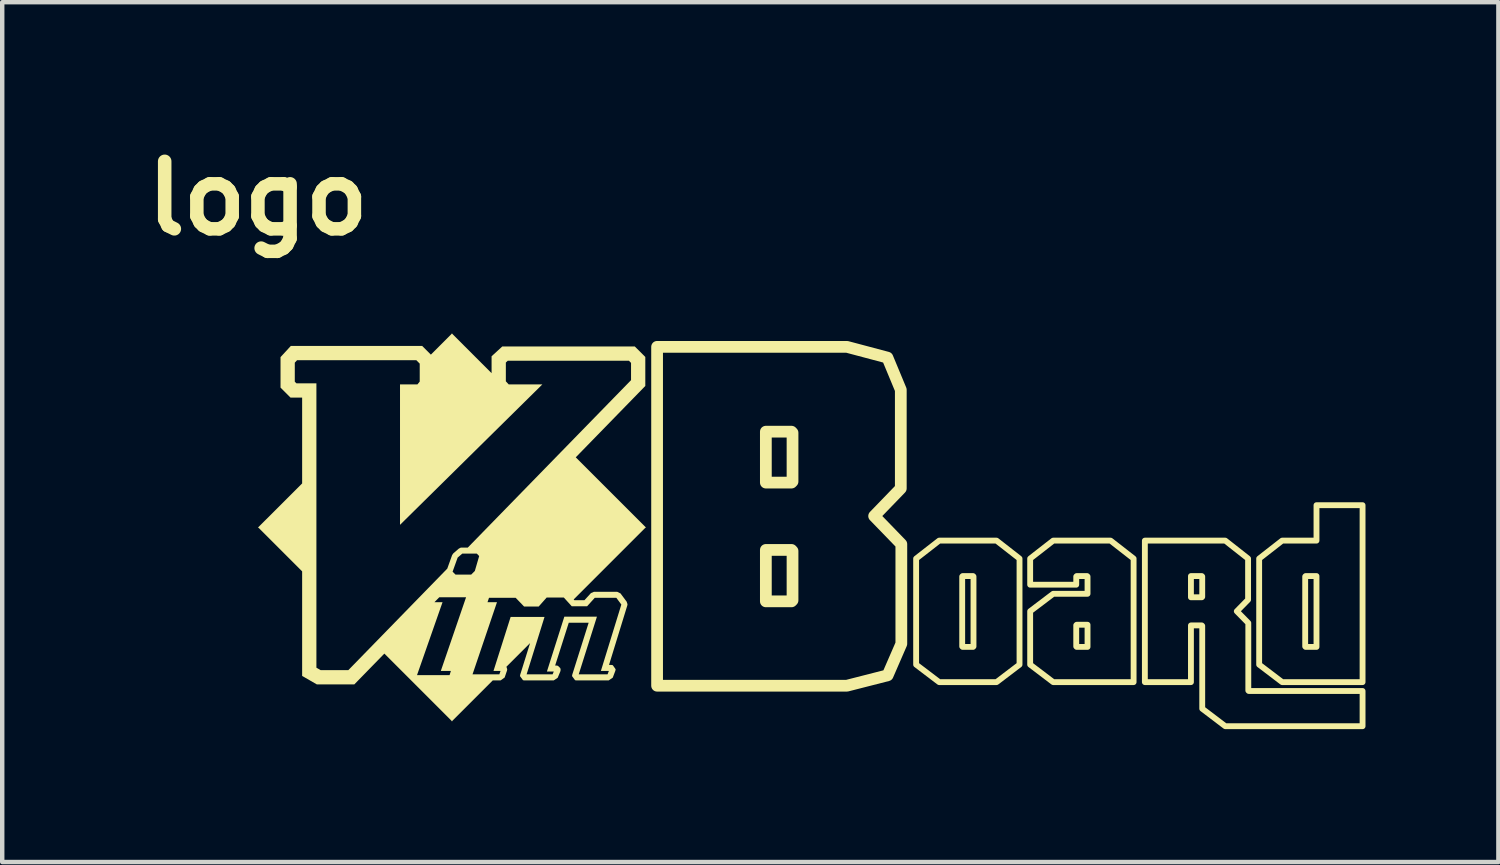
<source format=kicad_pcb>
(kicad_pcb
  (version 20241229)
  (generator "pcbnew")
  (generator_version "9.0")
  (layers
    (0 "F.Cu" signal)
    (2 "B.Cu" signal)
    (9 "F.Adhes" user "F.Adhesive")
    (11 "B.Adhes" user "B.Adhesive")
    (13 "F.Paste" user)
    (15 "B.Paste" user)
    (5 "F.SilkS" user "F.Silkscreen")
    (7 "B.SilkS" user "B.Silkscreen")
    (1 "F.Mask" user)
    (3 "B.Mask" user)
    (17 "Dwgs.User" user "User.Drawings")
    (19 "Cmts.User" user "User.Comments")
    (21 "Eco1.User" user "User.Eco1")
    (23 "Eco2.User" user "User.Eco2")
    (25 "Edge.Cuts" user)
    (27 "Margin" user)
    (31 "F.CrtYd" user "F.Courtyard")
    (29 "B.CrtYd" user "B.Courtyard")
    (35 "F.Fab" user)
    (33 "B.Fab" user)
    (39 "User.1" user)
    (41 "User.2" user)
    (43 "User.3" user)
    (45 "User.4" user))
  (footprint "logo"
    (layer "F.Cu")
    (at 2.772 4.474)
    (property "Reference" "logo" (at 0 -3.048 0) (layer "F.SilkS") (effects (font (size 1.524 1.524) (thickness 0.305))))
    (attr exclude_from_pos_files exclude_from_bom)
    (fp_poly (pts (xy 12.067 3.346) (xy 12.044 3.369) (xy 11.465 3.369) (xy 11.465 2.22) (xy 12.044 2.22) (xy 12.067 2.244) (xy 12.067 3.346)) (stroke (width 0.265) (type solid)) (fill no) (layer "F.SilkS"))
    (fp_poly (pts (xy 12.067 6.027) (xy 12.044 6.05) (xy 11.465 6.05) (xy 11.465 4.889) (xy 12.044 4.889) (xy 12.067 4.913) (xy 12.067 6.027)) (stroke (width 0.265) (type solid)) (fill no) (layer "F.SilkS"))
    (fp_poly (pts (xy 18.726 7.078) (xy 18.481 7.078) (xy 18.471 7.068) (xy 18.471 6.588) (xy 18.481 6.578) (xy 18.726 6.578) (xy 18.726 7.078)) (stroke (width 0.132) (type solid)) (fill no) (layer "F.SilkS"))
    (fp_poly (pts (xy 21.315 5.948) (xy 21.305 5.958) (xy 21.06 5.958) (xy 21.06 5.479) (xy 21.305 5.479) (xy 21.315 5.489) (xy 21.315 5.948)) (stroke (width 0.132) (type solid)) (fill no) (layer "F.SilkS"))
    (fp_poly (pts (xy 23.894 7.078) (xy 23.649 7.078) (xy 23.639 7.068) (xy 23.639 5.489) (xy 23.649 5.479) (xy 23.894 5.479) (xy 23.894 7.078)) (stroke (width 0.132) (type solid)) (fill no) (layer "F.SilkS"))
    (fp_poly (pts (xy 16.152 7.068) (xy 16.142 7.078) (xy 15.907 7.078) (xy 15.897 7.068) (xy 15.897 5.489) (xy 15.907 5.479) (xy 16.142 5.479) (xy 16.152 5.489) (xy 16.152 7.068)) (stroke (width 0.132) (type solid)) (fill no) (layer "F.SilkS"))
    (fp_poly (pts (xy 16.672 7.873) (xy 17.191 7.478) (xy 17.191 5.084) (xy 16.672 4.679) (xy 15.377 4.679) (xy 14.857 5.084) (xy 14.857 7.478) (xy 15.377 7.873) (xy 16.672 7.873)) (stroke (width 0.132) (type solid)) (fill no) (layer "F.SilkS"))
    (fp_poly (pts (xy 24.934 7.873) (xy 24.934 3.879) (xy 23.894 3.879) (xy 23.894 4.679) (xy 23.119 4.679) (xy 22.6 5.084) (xy 22.6 7.478) (xy 23.119 7.873) (xy 24.934 7.873)) (stroke (width 0.132) (type solid)) (fill no) (layer "F.SilkS"))
    (fp_poly (pts (xy 13.295 7.954) (xy 14.214 7.719) (xy 14.523 7.008) (xy 14.523 4.758) (xy 13.909 4.124) (xy 14.511 3.501) (xy 14.511 1.275) (xy 14.209 0.548) (xy 13.295 0.305) (xy 9.01 0.305) (xy 9.01 7.954) (xy 13.295 7.954)) (stroke (width 0.265) (type solid)) (fill no) (layer "F.SilkS"))
    (fp_poly (pts (xy 19.766 7.873) (xy 19.766 5.084) (xy 19.246 4.679) (xy 17.951 4.679) (xy 17.431 5.084) (xy 17.431 5.674) (xy 18.471 5.674) (xy 18.471 5.489) (xy 18.481 5.479) (xy 18.716 5.479) (xy 18.726 5.489) (xy 18.726 5.879) (xy 17.951 5.879) (xy 17.431 6.273) (xy 17.431 7.478) (xy 17.951 7.873) (xy 19.766 7.873)) (stroke (width 0.132) (type solid)) (fill no) (layer "F.SilkS"))
    (fp_poly (pts (xy 24.934 8.868) (xy 24.934 8.073) (xy 22.365 8.073) (xy 22.355 8.063) (xy 22.355 6.538) (xy 22.095 6.273) (xy 22.35 6.013) (xy 22.35 5.084) (xy 21.835 4.679) (xy 20.02 4.679) (xy 20.02 7.873) (xy 21.06 7.873) (xy 21.06 6.593) (xy 21.305 6.593) (xy 21.315 6.603) (xy 21.315 8.473) (xy 21.835 8.868) (xy 24.934 8.868)) (stroke (width 0.132) (type solid)) (fill no) (layer "F.SilkS"))
    (fp_poly (pts (xy 8.76 4.374) (xy 8.75 4.374) (xy 7.174 2.799) (xy 8.744 1.188) (xy 8.744 0.533) (xy 8.507 0.297) (xy 5.515 0.297) (xy 5.274 0.518) (xy 5.274 0.899) (xy 4.385 0.01) (xy 4.385 0.000003) (xy 4.38 0.005) (xy 4.374 0.000003) (xy 4.374 0.01) (xy 3.904 0.481) (xy 3.707 0.284) (xy 0.743 0.284) (xy 0.51 0.537) (xy 0.51 1.225) (xy 0.735 1.45) (xy 0.998 1.45) (xy 0.998 3.388) (xy 0.01 4.375) (xy 0 4.375) (xy 0.005 4.38) (xy 0 4.385) (xy 0.01 4.385) (xy 0.998 5.373) (xy 0.998 7.733) (xy 1.329 7.924) (xy 2.041 7.924) (xy 2.041 7.602) (xy 1.415 7.602) (xy 1.32 7.547) (xy 1.32 1.128) (xy 0.869 1.128) (xy 0.832 1.092) (xy 0.832 0.662) (xy 0.884 0.606) (xy 3.575 0.606) (xy 3.652 0.684) (xy 3.652 1.089) (xy 3.601 1.152) (xy 3.207 1.152) (xy 3.207 4.323) (xy 6.421 1.152) (xy 5.66 1.152) (xy 5.596 1.083) (xy 5.596 0.659) (xy 5.64 0.618) (xy 8.374 0.618) (xy 8.422 0.667) (xy 8.422 1.057) (xy 4.737 4.836) (xy 4.601 4.836) (xy 4.596 4.836) (xy 4.586 4.836) (xy 4.586 4.836) (xy 4.579 4.837) (xy 4.535 4.859) (xy 4.41 4.967) (xy 4.409 4.968) (xy 4.382 5.008) (xy 4.382 5.009) (xy 4.274 5.311) (xy 2.041 7.602) (xy 2.041 7.924) (xy 2.176 7.924) (xy 2.854 7.229) (xy 3.591 7.966) (xy 3.591 7.715) (xy 4.167 6.069) (xy 3.984 6.069) (xy 4.093 5.958) (xy 4.698 5.958) (xy 4.128 7.621) (xy 4.355 7.621) (xy 4.326 7.715) (xy 3.591 7.715) (xy 3.591 7.966) (xy 4.374 8.75) (xy 4.374 8.76) (xy 4.38 8.755) (xy 4.385 8.76) (xy 4.385 8.75) (xy 4.814 8.321) (xy 4.814 5.446) (xy 4.46 5.446) (xy 4.394 5.38) (xy 4.508 5.062) (xy 4.613 4.972) (xy 4.94 4.972) (xy 4.994 5.027) (xy 4.896 5.364) (xy 4.814 5.446) (xy 4.814 8.321) (xy 5.301 7.834) (xy 5.478 7.834) (xy 5.569 7.769) (xy 5.569 7.769) (xy 5.622 7.613) (xy 5.627 7.583) (xy 5.609 7.526) (xy 5.609 7.526) (xy 6.143 6.992) (xy 5.919 7.709) (xy 5.915 7.737) (xy 5.983 7.83) (xy 5.983 7.83) (xy 6.012 7.834) (xy 6.651 7.834) (xy 6.651 7.697) (xy 6.065 7.697) (xy 6.469 6.402) (xy 5.704 6.402) (xy 5.317 7.621) (xy 5.476 7.621) (xy 5.45 7.697) (xy 4.844 7.697) (xy 5.396 6.069) (xy 5.182 6.069) (xy 5.216 5.97) (xy 5.818 5.97) (xy 6.007 6.166) (xy 6.338 6.166) (xy 6.517 5.964) (xy 6.905 5.964) (xy 7.083 6.16) (xy 7.431 6.16) (xy 7.603 5.97) (xy 8.09 5.97) (xy 8.203 6.122) (xy 7.741 7.621) (xy 7.921 7.621) (xy 7.892 7.697) (xy 7.241 7.697) (xy 7.652 6.396) (xy 6.916 6.396) (xy 6.523 7.634) (xy 6.678 7.634) (xy 6.651 7.697) (xy 6.651 7.834) (xy 6.677 7.834) (xy 6.766 7.775) (xy 6.766 7.775) (xy 6.826 7.631) (xy 6.833 7.596) (xy 6.825 7.556) (xy 6.825 7.557) (xy 6.772 7.505) (xy 6.772 7.505) (xy 6.736 7.498) (xy 6.709 7.498) (xy 7.016 6.533) (xy 7.465 6.533) (xy 7.094 7.708) (xy 7.09 7.737) (xy 7.158 7.829) (xy 7.158 7.83) (xy 7.187 7.834) (xy 7.187 7.834) (xy 7.918 7.834) (xy 7.918 7.834) (xy 8.008 7.773) (xy 8.009 7.772) (xy 8.068 7.616) (xy 8.074 7.582) (xy 8.011 7.492) (xy 8.011 7.491) (xy 7.978 7.485) (xy 7.925 7.485) (xy 8.337 6.145) (xy 8.342 6.115) (xy 8.323 6.057) (xy 8.323 6.057) (xy 8.186 5.873) (xy 8.185 5.871) (xy 8.109 5.834) (xy 7.585 5.834) (xy 7.516 5.864) (xy 7.37 6.024) (xy 7.142 6.024) (xy 7.127 6.007) (xy 8.749 4.385) (xy 8.759 4.385) (xy 8.754 4.381) (xy 8.76 4.374)) (stroke (width 0) (type solid)) (fill yes) (layer "F.SilkS")))
  (gr_rect
    (start -3 -3)
    (end 30.772 16.408)
    (stroke (width 0.1) (type default))
    (fill no)
    (layer "Edge.Cuts")))
</source>
